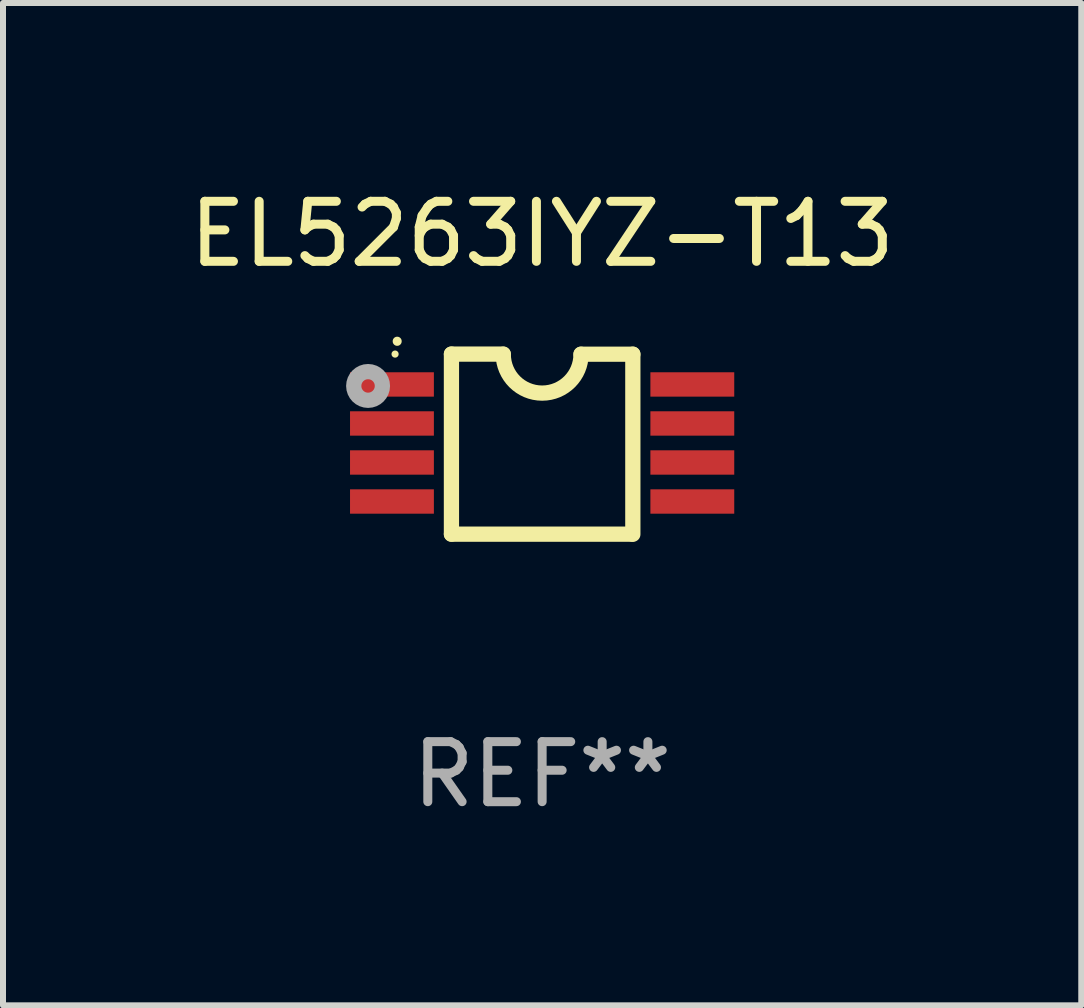
<source format=kicad_pcb>
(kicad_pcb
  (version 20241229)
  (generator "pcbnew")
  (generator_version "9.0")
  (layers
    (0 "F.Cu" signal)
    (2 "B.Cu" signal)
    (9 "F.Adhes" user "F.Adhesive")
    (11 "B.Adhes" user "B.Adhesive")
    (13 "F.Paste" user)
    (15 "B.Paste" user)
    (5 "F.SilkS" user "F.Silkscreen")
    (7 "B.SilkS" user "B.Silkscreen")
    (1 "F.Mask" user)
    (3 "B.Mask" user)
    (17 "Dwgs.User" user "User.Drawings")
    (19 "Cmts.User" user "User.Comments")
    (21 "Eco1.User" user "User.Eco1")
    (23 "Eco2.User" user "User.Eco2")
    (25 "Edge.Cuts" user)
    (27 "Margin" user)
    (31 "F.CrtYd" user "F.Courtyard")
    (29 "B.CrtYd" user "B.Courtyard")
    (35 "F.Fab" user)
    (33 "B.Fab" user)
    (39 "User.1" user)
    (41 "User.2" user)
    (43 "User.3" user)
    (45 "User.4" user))
  (footprint "EL5263IYZ-T13"
    (layer "F.Cu")
    (at 5.982 4.35)
    (property "Reference" "EL5263IYZ-T13" (at 0 -3.501 0) (layer "F.SilkS") (effects (font (size 1 1) (thickness 0.15))))
    (attr through_hole)
    (fp_line (start -1.511 -1.501) (end -1.511 1.499) (stroke (width 0.254) (type solid)) (layer "F.SilkS"))
    (fp_line (start -1.511 -1.501) (end -0.648 -1.501) (stroke (width 0.254) (type solid)) (layer "F.SilkS"))
    (fp_line (start -1.511 1.499) (end 1.489 1.499) (stroke (width 0.254) (type solid)) (layer "F.SilkS"))
    (fp_line (start 0.648 -1.499) (end 1.511 -1.499) (stroke (width 0.254) (type solid)) (layer "F.SilkS"))
    (fp_line (start 1.511 -1.499) (end 1.511 1.501) (stroke (width 0.254) (type solid)) (layer "F.SilkS"))
    (fp_arc (start -2.41491 -1.713233) (mid -2.414916 -1.714503) (end -2.41491 -1.715773) (stroke (width 0.150013) (type solid)) (layer "F.SilkS"))
    (fp_arc (start 0.647803 -1.498603) (mid 0.000102 -0.850902) (end -0.647599 -1.498603) (stroke (width 0.254001) (type solid)) (layer "F.SilkS"))
    (fp_circle (center -2.45 -1.501) (end -2.42 -1.501) (stroke (width 0.06) (type solid)) (fill no) (layer "F.SilkS"))
    (fp_circle (center -2.9 -0.97) (end -2.788 -0.97) (stroke (width 0.254) (type solid)) (fill no) (layer "F.Fab"))
    (fp_text user "REF**" (at 0 5.501 0) (layer "F.Fab") (effects (font (size 1 1) (thickness 0.15))))
    (pad "1" smd rect (at -2.502 -0.995) (size 1.397 0.406) (layers "F.Cu" "F.Mask" "F.Paste"))
    (pad "2" smd rect (at -2.502 -0.345) (size 1.397 0.406) (layers "F.Cu" "F.Mask" "F.Paste"))
    (pad "3" smd rect (at -2.502 0.305) (size 1.397 0.406) (layers "F.Cu" "F.Mask" "F.Paste"))
    (pad "4" smd rect (at -2.502 0.955) (size 1.397 0.406) (layers "F.Cu" "F.Mask" "F.Paste"))
    (pad "5" smd rect (at 2.502 0.955) (size 1.397 0.406) (layers "F.Cu" "F.Mask" "F.Paste"))
    (pad "6" smd rect (at 2.502 0.305) (size 1.397 0.406) (layers "F.Cu" "F.Mask" "F.Paste"))
    (pad "7" smd rect (at 2.502 -0.345) (size 1.397 0.406) (layers "F.Cu" "F.Mask" "F.Paste"))
    (pad "8" smd rect (at 2.502 -0.995) (size 1.397 0.406) (layers "F.Cu" "F.Mask" "F.Paste")))
  (gr_rect
    (start -3 -3)
    (end 14.964 13.699)
    (stroke (width 0.1) (type default))
    (fill no)
    (layer "Edge.Cuts")))
</source>
